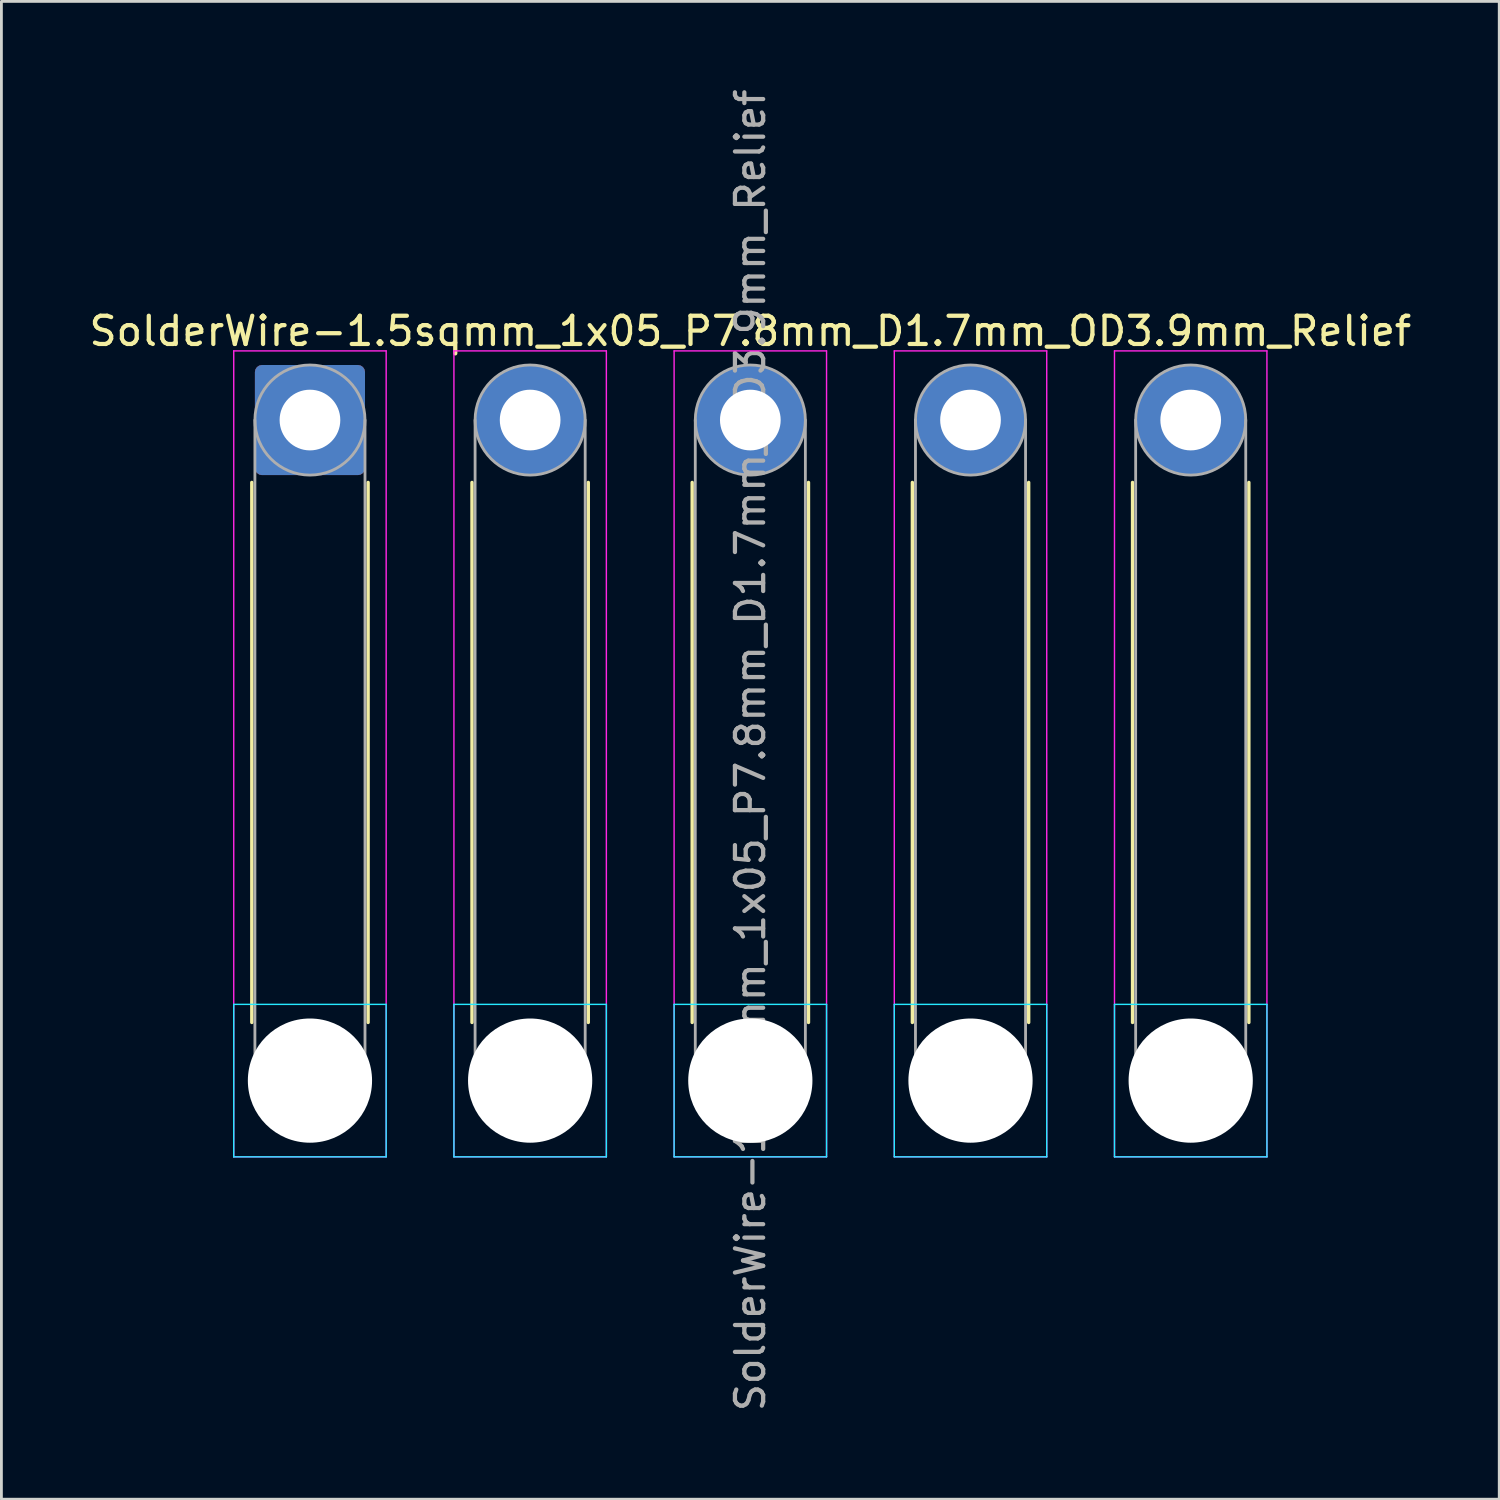
<source format=kicad_pcb>
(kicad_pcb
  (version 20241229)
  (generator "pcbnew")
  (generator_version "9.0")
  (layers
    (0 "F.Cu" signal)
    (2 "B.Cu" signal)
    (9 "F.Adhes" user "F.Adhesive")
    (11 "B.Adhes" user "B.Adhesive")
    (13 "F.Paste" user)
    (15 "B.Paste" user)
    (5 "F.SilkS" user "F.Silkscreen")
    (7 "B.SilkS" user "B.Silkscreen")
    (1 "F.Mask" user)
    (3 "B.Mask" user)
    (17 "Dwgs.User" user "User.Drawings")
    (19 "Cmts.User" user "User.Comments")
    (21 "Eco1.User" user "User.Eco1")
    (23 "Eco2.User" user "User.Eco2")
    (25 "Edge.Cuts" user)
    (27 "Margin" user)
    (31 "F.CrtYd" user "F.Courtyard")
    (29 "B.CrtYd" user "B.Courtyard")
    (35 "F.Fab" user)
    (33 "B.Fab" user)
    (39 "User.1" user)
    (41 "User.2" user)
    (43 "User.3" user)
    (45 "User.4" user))
  (footprint "SolderWire-1.5sqmm_1x05_P7.8mm_D1.7mm_OD3.9mm_Relief"
    (layer "F.Cu")
    (at 7.93 11.83)
    (property "Reference" "SolderWire-1.5sqmm_1x05_P7.8mm_D1.7mm_OD3.9mm_Relief" (at 15.6 -3.15 0) (layer "F.SilkS") (effects (font (size 1 1) (thickness 0.15))))
    (attr exclude_from_pos_files exclude_from_bom)
    (fp_line (start -2.06 2.21) (end -2.06 21.34) (stroke (width 0.12) (type solid)) (layer "F.SilkS"))
    (fp_line (start 2.06 2.21) (end 2.06 21.34) (stroke (width 0.12) (type solid)) (layer "F.SilkS"))
    (fp_line (start 5.74 2.21) (end 5.74 21.34) (stroke (width 0.12) (type solid)) (layer "F.SilkS"))
    (fp_line (start 9.86 2.21) (end 9.86 21.34) (stroke (width 0.12) (type solid)) (layer "F.SilkS"))
    (fp_line (start 13.54 2.21) (end 13.54 21.34) (stroke (width 0.12) (type solid)) (layer "F.SilkS"))
    (fp_line (start 17.66 2.21) (end 17.66 21.34) (stroke (width 0.12) (type solid)) (layer "F.SilkS"))
    (fp_line (start 21.34 2.21) (end 21.34 21.34) (stroke (width 0.12) (type solid)) (layer "F.SilkS"))
    (fp_line (start 25.46 2.21) (end 25.46 21.34) (stroke (width 0.12) (type solid)) (layer "F.SilkS"))
    (fp_line (start 29.14 2.21) (end 29.14 21.34) (stroke (width 0.12) (type solid)) (layer "F.SilkS"))
    (fp_line (start 33.26 2.21) (end 33.26 21.34) (stroke (width 0.12) (type solid)) (layer "F.SilkS"))
    (fp_line (start -2.7 20.7) (end -2.7 26.1) (stroke (width 0.05) (type solid)) (layer "B.CrtYd"))
    (fp_line (start -2.7 26.1) (end 2.7 26.1) (stroke (width 0.05) (type solid)) (layer "B.CrtYd"))
    (fp_line (start 2.7 20.7) (end -2.7 20.7) (stroke (width 0.05) (type solid)) (layer "B.CrtYd"))
    (fp_line (start 2.7 26.1) (end 2.7 20.7) (stroke (width 0.05) (type solid)) (layer "B.CrtYd"))
    (fp_line (start 5.1 20.7) (end 5.1 26.1) (stroke (width 0.05) (type solid)) (layer "B.CrtYd"))
    (fp_line (start 5.1 26.1) (end 10.5 26.1) (stroke (width 0.05) (type solid)) (layer "B.CrtYd"))
    (fp_line (start 10.5 20.7) (end 5.1 20.7) (stroke (width 0.05) (type solid)) (layer "B.CrtYd"))
    (fp_line (start 10.5 26.1) (end 10.5 20.7) (stroke (width 0.05) (type solid)) (layer "B.CrtYd"))
    (fp_line (start 12.9 20.7) (end 12.9 26.1) (stroke (width 0.05) (type solid)) (layer "B.CrtYd"))
    (fp_line (start 12.9 26.1) (end 18.3 26.1) (stroke (width 0.05) (type solid)) (layer "B.CrtYd"))
    (fp_line (start 18.3 20.7) (end 12.9 20.7) (stroke (width 0.05) (type solid)) (layer "B.CrtYd"))
    (fp_line (start 18.3 26.1) (end 18.3 20.7) (stroke (width 0.05) (type solid)) (layer "B.CrtYd"))
    (fp_line (start 20.7 20.7) (end 20.7 26.1) (stroke (width 0.05) (type solid)) (layer "B.CrtYd"))
    (fp_line (start 20.7 26.1) (end 26.1 26.1) (stroke (width 0.05) (type solid)) (layer "B.CrtYd"))
    (fp_line (start 26.1 20.7) (end 20.7 20.7) (stroke (width 0.05) (type solid)) (layer "B.CrtYd"))
    (fp_line (start 26.1 26.1) (end 26.1 20.7) (stroke (width 0.05) (type solid)) (layer "B.CrtYd"))
    (fp_line (start 28.5 20.7) (end 28.5 26.1) (stroke (width 0.05) (type solid)) (layer "B.CrtYd"))
    (fp_line (start 28.5 26.1) (end 33.9 26.1) (stroke (width 0.05) (type solid)) (layer "B.CrtYd"))
    (fp_line (start 33.9 20.7) (end 28.5 20.7) (stroke (width 0.05) (type solid)) (layer "B.CrtYd"))
    (fp_line (start 33.9 26.1) (end 33.9 20.7) (stroke (width 0.05) (type solid)) (layer "B.CrtYd"))
    (fp_line (start -2.7 -2.45) (end -2.7 26.1) (stroke (width 0.05) (type solid)) (layer "F.CrtYd"))
    (fp_line (start -2.7 26.1) (end 2.7 26.1) (stroke (width 0.05) (type solid)) (layer "F.CrtYd"))
    (fp_line (start 2.7 -2.45) (end -2.7 -2.45) (stroke (width 0.05) (type solid)) (layer "F.CrtYd"))
    (fp_line (start 2.7 26.1) (end 2.7 -2.45) (stroke (width 0.05) (type solid)) (layer "F.CrtYd"))
    (fp_line (start 5.1 -2.45) (end 5.1 26.1) (stroke (width 0.05) (type solid)) (layer "F.CrtYd"))
    (fp_line (start 5.1 26.1) (end 10.5 26.1) (stroke (width 0.05) (type solid)) (layer "F.CrtYd"))
    (fp_line (start 10.5 -2.45) (end 5.1 -2.45) (stroke (width 0.05) (type solid)) (layer "F.CrtYd"))
    (fp_line (start 10.5 26.1) (end 10.5 -2.45) (stroke (width 0.05) (type solid)) (layer "F.CrtYd"))
    (fp_line (start 12.9 -2.45) (end 12.9 26.1) (stroke (width 0.05) (type solid)) (layer "F.CrtYd"))
    (fp_line (start 12.9 26.1) (end 18.3 26.1) (stroke (width 0.05) (type solid)) (layer "F.CrtYd"))
    (fp_line (start 18.3 -2.45) (end 12.9 -2.45) (stroke (width 0.05) (type solid)) (layer "F.CrtYd"))
    (fp_line (start 18.3 26.1) (end 18.3 -2.45) (stroke (width 0.05) (type solid)) (layer "F.CrtYd"))
    (fp_line (start 20.7 -2.45) (end 20.7 26.1) (stroke (width 0.05) (type solid)) (layer "F.CrtYd"))
    (fp_line (start 20.7 26.1) (end 26.1 26.1) (stroke (width 0.05) (type solid)) (layer "F.CrtYd"))
    (fp_line (start 26.1 -2.45) (end 20.7 -2.45) (stroke (width 0.05) (type solid)) (layer "F.CrtYd"))
    (fp_line (start 26.1 26.1) (end 26.1 -2.45) (stroke (width 0.05) (type solid)) (layer "F.CrtYd"))
    (fp_line (start 28.5 -2.45) (end 28.5 26.1) (stroke (width 0.05) (type solid)) (layer "F.CrtYd"))
    (fp_line (start 28.5 26.1) (end 33.9 26.1) (stroke (width 0.05) (type solid)) (layer "F.CrtYd"))
    (fp_line (start 33.9 -2.45) (end 28.5 -2.45) (stroke (width 0.05) (type solid)) (layer "F.CrtYd"))
    (fp_line (start 33.9 26.1) (end 33.9 -2.45) (stroke (width 0.05) (type solid)) (layer "F.CrtYd"))
    (fp_line (start -1.95 0) (end -1.95 23.4) (stroke (width 0.1) (type solid)) (layer "F.Fab"))
    (fp_line (start 1.95 0) (end 1.95 23.4) (stroke (width 0.1) (type solid)) (layer "F.Fab"))
    (fp_line (start 5.85 0) (end 5.85 23.4) (stroke (width 0.1) (type solid)) (layer "F.Fab"))
    (fp_line (start 9.75 0) (end 9.75 23.4) (stroke (width 0.1) (type solid)) (layer "F.Fab"))
    (fp_line (start 13.65 0) (end 13.65 23.4) (stroke (width 0.1) (type solid)) (layer "F.Fab"))
    (fp_line (start 17.55 0) (end 17.55 23.4) (stroke (width 0.1) (type solid)) (layer "F.Fab"))
    (fp_line (start 21.45 0) (end 21.45 23.4) (stroke (width 0.1) (type solid)) (layer "F.Fab"))
    (fp_line (start 25.35 0) (end 25.35 23.4) (stroke (width 0.1) (type solid)) (layer "F.Fab"))
    (fp_line (start 29.25 0) (end 29.25 23.4) (stroke (width 0.1) (type solid)) (layer "F.Fab"))
    (fp_line (start 33.15 0) (end 33.15 23.4) (stroke (width 0.1) (type solid)) (layer "F.Fab"))
    (fp_circle (center 0 0) (end 1.95 0) (stroke (width 0.1) (type solid)) (fill no) (layer "F.Fab"))
    (fp_circle (center 0 23.4) (end 1.95 23.4) (stroke (width 0.1) (type solid)) (fill no) (layer "F.Fab"))
    (fp_circle (center 7.8 0) (end 9.75 0) (stroke (width 0.1) (type solid)) (fill no) (layer "F.Fab"))
    (fp_circle (center 7.8 23.4) (end 9.75 23.4) (stroke (width 0.1) (type solid)) (fill no) (layer "F.Fab"))
    (fp_circle (center 15.6 0) (end 17.55 0) (stroke (width 0.1) (type solid)) (fill no) (layer "F.Fab"))
    (fp_circle (center 15.6 23.4) (end 17.55 23.4) (stroke (width 0.1) (type solid)) (fill no) (layer "F.Fab"))
    (fp_circle (center 23.4 0) (end 25.35 0) (stroke (width 0.1) (type solid)) (fill no) (layer "F.Fab"))
    (fp_circle (center 23.4 23.4) (end 25.35 23.4) (stroke (width 0.1) (type solid)) (fill no) (layer "F.Fab"))
    (fp_circle (center 31.2 0) (end 33.15 0) (stroke (width 0.1) (type solid)) (fill no) (layer "F.Fab"))
    (fp_circle (center 31.2 23.4) (end 33.15 23.4) (stroke (width 0.1) (type solid)) (fill no) (layer "F.Fab"))
    (fp_text user "${REFERENCE}" (at 15.6 11.7 90) (layer "F.Fab") (effects (font (size 1 1) (thickness 0.15))))
    (pad "" np_thru_hole circle (at 0 23.4) (size 4.4 4.4) (drill 4.4) (layers "*.Cu" "*.Mask"))
    (pad "" np_thru_hole circle (at 7.8 23.4) (size 4.4 4.4) (drill 4.4) (layers "*.Cu" "*.Mask"))
    (pad "" np_thru_hole circle (at 15.6 23.4) (size 4.4 4.4) (drill 4.4) (layers "*.Cu" "*.Mask"))
    (pad "" np_thru_hole circle (at 23.4 23.4) (size 4.4 4.4) (drill 4.4) (layers "*.Cu" "*.Mask"))
    (pad "" np_thru_hole circle (at 31.2 23.4) (size 4.4 4.4) (drill 4.4) (layers "*.Cu" "*.Mask"))
    (pad "1" thru_hole roundrect (at 0 0) (size 3.9 3.9) (drill 2.15) (layers "*.Cu" "*.Mask") (roundrect_rratio 0.064))
    (pad "2" thru_hole circle (at 7.8 0) (size 3.9 3.9) (drill 2.15) (layers "*.Cu" "*.Mask"))
    (pad "3" thru_hole circle (at 15.6 0) (size 3.9 3.9) (drill 2.15) (layers "*.Cu" "*.Mask"))
    (pad "4" thru_hole circle (at 23.4 0) (size 3.9 3.9) (drill 2.15) (layers "*.Cu" "*.Mask"))
    (pad "5" thru_hole circle (at 31.2 0) (size 3.9 3.9) (drill 2.15) (layers "*.Cu" "*.Mask")))
  (gr_rect
    (start -3 -3)
    (end 50.06 50.06)
    (stroke (width 0.1) (type default))
    (fill no)
    (layer "Edge.Cuts")))
</source>
